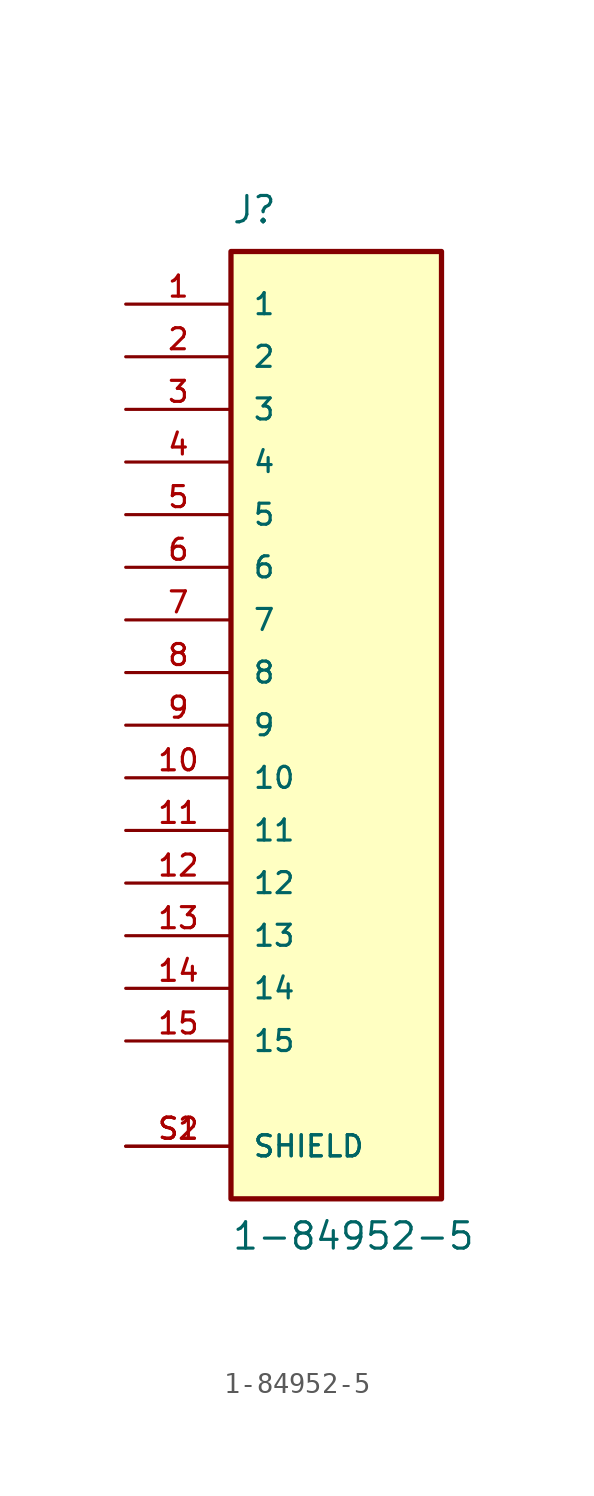
<source format=kicad_sym>
(kicad_symbol_lib
  (version 20211014)
  (generator kicad_symbol_editor)
  (symbol "1-84952-5"
    (pin_names
      (offset 1.016))
    (property "Reference" "J"
      (at -5.08 24.13 0)
      (effects (font (size 1.27 1.27)) (justify left bottom)))
    (property "Value" "1-84952-5"
      (at -5.08 -25.4 0)
      (effects (font (size 1.27 1.27)) (justify left bottom)))
    (property "ki_locked" ""
      (at 0 0 0)
      (effects (font (size 1.27 1.27))))
    (symbol "1-84952-5_0_0"
      (rectangle (start -5.08 -22.86) (end 5.08 22.86) (stroke (width 0.254) (type default) (color 0 0 0 0)) (fill (type background)))
      (pin passive line (at -10.16 20.32 0) (length 5.08) (name "1" (effects (font (size 1.016 1.016)))) (number "1" (effects (font (size 1.016 1.016)))))
      (pin passive line (at -10.16 -2.54 0) (length 5.08) (name "10" (effects (font (size 1.016 1.016)))) (number "10" (effects (font (size 1.016 1.016)))))
      (pin passive line (at -10.16 -5.08 0) (length 5.08) (name "11" (effects (font (size 1.016 1.016)))) (number "11" (effects (font (size 1.016 1.016)))))
      (pin passive line (at -10.16 -7.62 0) (length 5.08) (name "12" (effects (font (size 1.016 1.016)))) (number "12" (effects (font (size 1.016 1.016)))))
      (pin passive line (at -10.16 -10.16 0) (length 5.08) (name "13" (effects (font (size 1.016 1.016)))) (number "13" (effects (font (size 1.016 1.016)))))
      (pin passive line (at -10.16 -12.7 0) (length 5.08) (name "14" (effects (font (size 1.016 1.016)))) (number "14" (effects (font (size 1.016 1.016)))))
      (pin passive line (at -10.16 -15.24 0) (length 5.08) (name "15" (effects (font (size 1.016 1.016)))) (number "15" (effects (font (size 1.016 1.016)))))
      (pin passive line (at -10.16 17.78 0) (length 5.08) (name "2" (effects (font (size 1.016 1.016)))) (number "2" (effects (font (size 1.016 1.016)))))
      (pin passive line (at -10.16 15.24 0) (length 5.08) (name "3" (effects (font (size 1.016 1.016)))) (number "3" (effects (font (size 1.016 1.016)))))
      (pin passive line (at -10.16 12.7 0) (length 5.08) (name "4" (effects (font (size 1.016 1.016)))) (number "4" (effects (font (size 1.016 1.016)))))
      (pin passive line (at -10.16 10.16 0) (length 5.08) (name "5" (effects (font (size 1.016 1.016)))) (number "5" (effects (font (size 1.016 1.016)))))
      (pin passive line (at -10.16 7.62 0) (length 5.08) (name "6" (effects (font (size 1.016 1.016)))) (number "6" (effects (font (size 1.016 1.016)))))
      (pin passive line (at -10.16 5.08 0) (length 5.08) (name "7" (effects (font (size 1.016 1.016)))) (number "7" (effects (font (size 1.016 1.016)))))
      (pin passive line (at -10.16 2.54 0) (length 5.08) (name "8" (effects (font (size 1.016 1.016)))) (number "8" (effects (font (size 1.016 1.016)))))
      (pin passive line (at -10.16 0 0) (length 5.08) (name "9" (effects (font (size 1.016 1.016)))) (number "9" (effects (font (size 1.016 1.016)))))
      (pin passive line (at -10.16 -20.32 0) (length 5.08) (name "SHIELD" (effects (font (size 1.016 1.016)))) (number "S1" (effects (font (size 1.016 1.016)))))
      (pin passive line (at -10.16 -20.32 0) (length 5.08) (name "SHIELD" (effects (font (size 1.016 1.016)))) (number "S2" (effects (font (size 1.016 1.016))))))))
</source>
